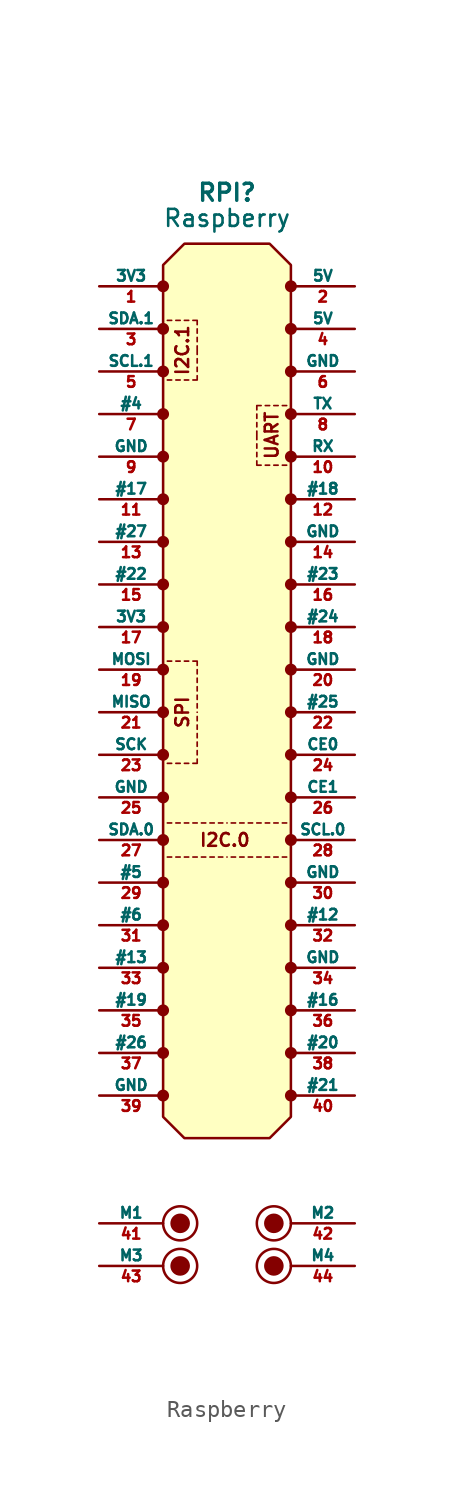
<source format=kicad_sym>
(kicad_symbol_lib
  (version 20220914)
  (generator kicad_symbol_editor)
  (symbol "Raspberry"
    (pin_names
      (offset 0))
    (property "Reference" "RPI"
      (at 0 29.718 0)
      (effects (font (size 1.016 1.016) bold)))
    (property "Value" "Raspberry"
      (at 0 28.194 0)
      (effects (font (size 1.016 1.016))))
    (symbol "Raspberry_0_0"
      (polyline (pts (xy -3.556 -9.906) (xy -3.302 -9.906)) (stroke (width 0.102) (type solid)) (fill (type none)))
      (polyline (pts (xy -3.556 -7.874) (xy -3.302 -7.874)) (stroke (width 0.102) (type solid)) (fill (type none)))
      (polyline (pts (xy -3.556 -4.318) (xy -3.302 -4.318)) (stroke (width 0.102) (type solid)) (fill (type none)))
      (polyline (pts (xy -3.556 1.778) (xy -3.302 1.778)) (stroke (width 0.102) (type solid)) (fill (type none)))
      (polyline (pts (xy -3.556 18.542) (xy -3.302 18.542)) (stroke (width 0.102) (type solid)) (fill (type none)))
      (polyline (pts (xy -3.556 22.098) (xy -3.302 22.098)) (stroke (width 0.102) (type solid)) (fill (type none)))
      (polyline (pts (xy -3.048 -9.906) (xy -2.794 -9.906)) (stroke (width 0.102) (type solid)) (fill (type none)))
      (polyline (pts (xy -3.048 -7.874) (xy -2.794 -7.874)) (stroke (width 0.102) (type solid)) (fill (type none)))
      (polyline (pts (xy -3.048 -4.318) (xy -2.794 -4.318)) (stroke (width 0.102) (type solid)) (fill (type none)))
      (polyline (pts (xy -3.048 1.778) (xy -2.794 1.778)) (stroke (width 0.102) (type solid)) (fill (type none)))
      (polyline (pts (xy -3.048 18.542) (xy -2.794 18.542)) (stroke (width 0.102) (type solid)) (fill (type none)))
      (polyline (pts (xy -3.048 22.098) (xy -2.794 22.098)) (stroke (width 0.102) (type solid)) (fill (type none)))
      (polyline (pts (xy -2.54 -9.906) (xy -2.286 -9.906)) (stroke (width 0.102) (type solid)) (fill (type none)))
      (polyline (pts (xy -2.54 -7.874) (xy -2.286 -7.874)) (stroke (width 0.102) (type solid)) (fill (type none)))
      (polyline (pts (xy -2.54 -4.318) (xy -2.286 -4.318)) (stroke (width 0.102) (type solid)) (fill (type none)))
      (polyline (pts (xy -2.54 1.778) (xy -2.286 1.778)) (stroke (width 0.102) (type solid)) (fill (type none)))
      (polyline (pts (xy -2.54 18.542) (xy -2.286 18.542)) (stroke (width 0.102) (type solid)) (fill (type none)))
      (polyline (pts (xy -2.54 22.098) (xy -2.286 22.098)) (stroke (width 0.102) (type solid)) (fill (type none)))
      (polyline (pts (xy -2.032 -9.906) (xy -1.778 -9.906)) (stroke (width 0.102) (type solid)) (fill (type none)))
      (polyline (pts (xy -2.032 -7.874) (xy -1.778 -7.874)) (stroke (width 0.102) (type solid)) (fill (type none)))
      (polyline (pts (xy -1.778 -3.556) (xy -1.778 -3.81)) (stroke (width 0.102) (type solid)) (fill (type none)))
      (polyline (pts (xy -1.778 -3.048) (xy -1.778 -3.302)) (stroke (width 0.102) (type solid)) (fill (type none)))
      (polyline (pts (xy -1.778 -2.54) (xy -1.778 -2.794)) (stroke (width 0.102) (type solid)) (fill (type none)))
      (polyline (pts (xy -1.778 -2.032) (xy -1.778 -2.286)) (stroke (width 0.102) (type solid)) (fill (type none)))
      (polyline (pts (xy -1.778 -1.524) (xy -1.778 -1.778)) (stroke (width 0.102) (type solid)) (fill (type none)))
      (polyline (pts (xy -1.778 -1.27) (xy -1.778 -1.27)) (stroke (width 0.102) (type solid)) (fill (type none)))
      (polyline (pts (xy -1.778 -0.762) (xy -1.778 -1.016)) (stroke (width 0.102) (type solid)) (fill (type none)))
      (polyline (pts (xy -1.778 -0.254) (xy -1.778 -0.508)) (stroke (width 0.102) (type solid)) (fill (type none)))
      (polyline (pts (xy -1.778 0.254) (xy -1.778 0)) (stroke (width 0.102) (type solid)) (fill (type none)))
      (polyline (pts (xy -1.778 0.762) (xy -1.778 0.508)) (stroke (width 0.102) (type solid)) (fill (type none)))
      (polyline (pts (xy -1.778 1.27) (xy -1.778 1.016)) (stroke (width 0.102) (type solid)) (fill (type none)))
      (polyline (pts (xy -1.778 19.05) (xy -1.778 19.304)) (stroke (width 0.102) (type solid)) (fill (type none)))
      (polyline (pts (xy -1.778 19.558) (xy -1.778 19.812)) (stroke (width 0.102) (type solid)) (fill (type none)))
      (polyline (pts (xy -1.778 20.574) (xy -1.778 20.066)) (stroke (width 0.102) (type solid)) (fill (type none)))
      (polyline (pts (xy -1.778 21.082) (xy -1.778 20.828)) (stroke (width 0.102) (type solid)) (fill (type none)))
      (polyline (pts (xy -1.778 21.59) (xy -1.778 21.336)) (stroke (width 0.102) (type solid)) (fill (type none)))
      (polyline (pts (xy -1.524 -9.906) (xy -1.27 -9.906)) (stroke (width 0.102) (type solid)) (fill (type none)))
      (polyline (pts (xy -1.524 -7.874) (xy -1.27 -7.874)) (stroke (width 0.102) (type solid)) (fill (type none)))
      (polyline (pts (xy -1.016 -9.906) (xy -0.762 -9.906)) (stroke (width 0.102) (type solid)) (fill (type none)))
      (polyline (pts (xy -1.016 -7.874) (xy -0.762 -7.874)) (stroke (width 0.102) (type solid)) (fill (type none)))
      (polyline (pts (xy -0.508 -9.906) (xy -0.254 -9.906)) (stroke (width 0.102) (type solid)) (fill (type none)))
      (polyline (pts (xy -0.508 -7.874) (xy -0.254 -7.874)) (stroke (width 0.102) (type solid)) (fill (type none)))
      (polyline (pts (xy 0 -9.906) (xy 0 -9.906)) (stroke (width 0.102) (type solid)) (fill (type none)))
      (polyline (pts (xy 0 -7.874) (xy 0 -7.874)) (stroke (width 0.102) (type solid)) (fill (type none)))
      (polyline (pts (xy 0.254 -9.906) (xy 0.508 -9.906)) (stroke (width 0.102) (type solid)) (fill (type none)))
      (polyline (pts (xy 0.254 -7.874) (xy 0.508 -7.874)) (stroke (width 0.102) (type solid)) (fill (type none)))
      (polyline (pts (xy 0.762 -9.906) (xy 1.016 -9.906)) (stroke (width 0.102) (type solid)) (fill (type none)))
      (polyline (pts (xy 0.762 -7.874) (xy 1.016 -7.874)) (stroke (width 0.102) (type solid)) (fill (type none)))
      (polyline (pts (xy 1.27 -9.906) (xy 1.524 -9.906)) (stroke (width 0.102) (type solid)) (fill (type none)))
      (polyline (pts (xy 1.27 -7.874) (xy 1.524 -7.874)) (stroke (width 0.102) (type solid)) (fill (type none)))
      (polyline (pts (xy 1.778 -9.906) (xy 2.032 -9.906)) (stroke (width 0.102) (type solid)) (fill (type none)))
      (polyline (pts (xy 1.778 -7.874) (xy 2.032 -7.874)) (stroke (width 0.102) (type solid)) (fill (type none)))
      (polyline (pts (xy 1.778 13.97) (xy 1.778 14.224)) (stroke (width 0.102) (type solid)) (fill (type none)))
      (polyline (pts (xy 1.778 14.478) (xy 1.778 14.732)) (stroke (width 0.102) (type solid)) (fill (type none)))
      (polyline (pts (xy 1.778 15.494) (xy 1.778 14.986)) (stroke (width 0.102) (type solid)) (fill (type none)))
      (polyline (pts (xy 1.778 16.002) (xy 1.778 15.748)) (stroke (width 0.102) (type solid)) (fill (type none)))
      (polyline (pts (xy 1.778 16.51) (xy 1.778 16.256)) (stroke (width 0.102) (type solid)) (fill (type none)))
      (polyline (pts (xy 2.286 -9.906) (xy 2.54 -9.906)) (stroke (width 0.102) (type solid)) (fill (type none)))
      (polyline (pts (xy 2.286 -7.874) (xy 2.54 -7.874)) (stroke (width 0.102) (type solid)) (fill (type none)))
      (polyline (pts (xy 2.54 13.462) (xy 2.286 13.462)) (stroke (width 0.102) (type solid)) (fill (type none)))
      (polyline (pts (xy 2.54 17.018) (xy 2.286 17.018)) (stroke (width 0.102) (type solid)) (fill (type none)))
      (polyline (pts (xy 2.794 -9.906) (xy 3.048 -9.906)) (stroke (width 0.102) (type solid)) (fill (type none)))
      (polyline (pts (xy 2.794 -7.874) (xy 3.048 -7.874)) (stroke (width 0.102) (type solid)) (fill (type none)))
      (polyline (pts (xy 3.048 13.462) (xy 2.794 13.462)) (stroke (width 0.102) (type solid)) (fill (type none)))
      (polyline (pts (xy 3.048 17.018) (xy 2.794 17.018)) (stroke (width 0.102) (type solid)) (fill (type none)))
      (polyline (pts (xy 3.302 -9.906) (xy 3.556 -9.906)) (stroke (width 0.102) (type solid)) (fill (type none)))
      (polyline (pts (xy 3.302 -7.874) (xy 3.556 -7.874)) (stroke (width 0.102) (type solid)) (fill (type none)))
      (polyline (pts (xy 3.556 13.462) (xy 3.302 13.462)) (stroke (width 0.102) (type solid)) (fill (type none)))
      (polyline (pts (xy 3.556 17.018) (xy 3.302 17.018)) (stroke (width 0.102) (type solid)) (fill (type none)))
      (polyline (pts (xy -2.032 -4.318) (xy -1.778 -4.318) (xy -1.778 -4.064)) (stroke (width 0.102) (type solid)) (fill (type none)))
      (polyline (pts (xy -2.032 1.778) (xy -1.778 1.778) (xy -1.778 1.524)) (stroke (width 0.102) (type solid)) (fill (type none)))
      (polyline (pts (xy -2.032 18.542) (xy -1.778 18.542) (xy -1.778 18.796)) (stroke (width 0.102) (type solid)) (fill (type none)))
      (polyline (pts (xy -2.032 22.098) (xy -1.778 22.098) (xy -1.778 21.844)) (stroke (width 0.102) (type solid)) (fill (type none)))
      (polyline (pts (xy 2.032 13.462) (xy 1.778 13.462) (xy 1.778 13.716)) (stroke (width 0.102) (type solid)) (fill (type none)))
      (polyline (pts (xy 2.032 17.018) (xy 1.778 17.018) (xy 1.778 16.764)) (stroke (width 0.102) (type solid)) (fill (type none)))
      (text "I2C.1" (at -2.667 20.32 900) (effects (font (size 0.762 0.762))))
      (text "SPI" (at -2.667 -1.27 900) (effects (font (size 0.762 0.762))))
      (text "UART" (at 2.667 15.24 900) (effects (font (size 0.762 0.762)))))
    (symbol "Raspberry_0_1"
      (circle (center -3.81 -24.13) (radius 0.279) (stroke (width 0) (type solid)) (fill (type outline)))
      (circle (center -3.81 -21.59) (radius 0.279) (stroke (width 0) (type solid)) (fill (type outline)))
      (circle (center -3.81 -19.05) (radius 0.279) (stroke (width 0) (type solid)) (fill (type outline)))
      (circle (center -3.81 -16.51) (radius 0.279) (stroke (width 0) (type solid)) (fill (type outline)))
      (circle (center -3.81 -13.97) (radius 0.279) (stroke (width 0) (type solid)) (fill (type outline)))
      (circle (center -3.81 -11.43) (radius 0.279) (stroke (width 0) (type solid)) (fill (type outline)))
      (circle (center -3.81 -8.89) (radius 0.279) (stroke (width 0) (type solid)) (fill (type outline)))
      (circle (center -3.81 -6.35) (radius 0.279) (stroke (width 0) (type solid)) (fill (type outline)))
      (circle (center -3.81 -3.81) (radius 0.279) (stroke (width 0) (type solid)) (fill (type outline)))
      (circle (center -3.81 -1.27) (radius 0.279) (stroke (width 0) (type solid)) (fill (type outline)))
      (circle (center -3.81 1.27) (radius 0.279) (stroke (width 0) (type solid)) (fill (type outline)))
      (circle (center -3.81 3.81) (radius 0.279) (stroke (width 0) (type solid)) (fill (type outline)))
      (circle (center -3.81 6.35) (radius 0.279) (stroke (width 0) (type solid)) (fill (type outline)))
      (circle (center -3.81 8.89) (radius 0.279) (stroke (width 0) (type solid)) (fill (type outline)))
      (circle (center -3.81 11.43) (radius 0.279) (stroke (width 0) (type solid)) (fill (type outline)))
      (circle (center -3.81 13.97) (radius 0.279) (stroke (width 0) (type solid)) (fill (type outline)))
      (circle (center -3.81 16.51) (radius 0.279) (stroke (width 0) (type solid)) (fill (type outline)))
      (circle (center -3.81 19.05) (radius 0.279) (stroke (width 0) (type solid)) (fill (type outline)))
      (circle (center -3.81 21.59) (radius 0.279) (stroke (width 0) (type solid)) (fill (type outline)))
      (circle (center -3.81 24.13) (radius 0.279) (stroke (width 0) (type solid)) (fill (type outline)))
      (circle (center -2.794 -34.29) (radius 0.508) (stroke (width 0) (type solid)) (fill (type outline)))
      (circle (center -2.794 -34.29) (radius 1.016) (stroke (width 0) (type solid)) (fill (type none)))
      (circle (center -2.794 -31.75) (radius 0.508) (stroke (width 0) (type solid)) (fill (type outline)))
      (circle (center -2.794 -31.75) (radius 1.016) (stroke (width 0) (type solid)) (fill (type none)))
      (polyline (pts (xy -3.81 -25.4) (xy -2.54 -26.67) (xy 2.54 -26.67) (xy 3.81 -25.4) (xy 3.81 25.4) (xy 2.54 26.67) (xy -2.54 26.67) (xy -3.81 25.4) (xy -3.81 -25.4)) (stroke (width 0) (type solid)) (fill (type background)))
      (circle (center 2.794 -34.29) (radius 0.508) (stroke (width 0) (type solid)) (fill (type outline)))
      (circle (center 2.794 -34.29) (radius 1.016) (stroke (width 0) (type solid)) (fill (type none)))
      (circle (center 2.794 -31.75) (radius 0.508) (stroke (width 0) (type solid)) (fill (type outline)))
      (circle (center 2.794 -31.75) (radius 1.016) (stroke (width 0) (type solid)) (fill (type none)))
      (circle (center 3.81 -24.13) (radius 0.279) (stroke (width 0) (type solid)) (fill (type outline)))
      (circle (center 3.81 -21.59) (radius 0.279) (stroke (width 0) (type solid)) (fill (type outline)))
      (circle (center 3.81 -19.05) (radius 0.279) (stroke (width 0) (type solid)) (fill (type outline)))
      (circle (center 3.81 -16.51) (radius 0.279) (stroke (width 0) (type solid)) (fill (type outline)))
      (circle (center 3.81 -13.97) (radius 0.279) (stroke (width 0) (type solid)) (fill (type outline)))
      (circle (center 3.81 -11.43) (radius 0.279) (stroke (width 0) (type solid)) (fill (type outline)))
      (circle (center 3.81 -8.89) (radius 0.279) (stroke (width 0) (type solid)) (fill (type outline)))
      (circle (center 3.81 -6.35) (radius 0.279) (stroke (width 0) (type solid)) (fill (type outline)))
      (circle (center 3.81 -3.81) (radius 0.279) (stroke (width 0) (type solid)) (fill (type outline)))
      (circle (center 3.81 -1.27) (radius 0.279) (stroke (width 0) (type solid)) (fill (type outline)))
      (circle (center 3.81 1.27) (radius 0.279) (stroke (width 0) (type solid)) (fill (type outline)))
      (circle (center 3.81 3.81) (radius 0.279) (stroke (width 0) (type solid)) (fill (type outline)))
      (circle (center 3.81 6.35) (radius 0.279) (stroke (width 0) (type solid)) (fill (type outline)))
      (circle (center 3.81 8.89) (radius 0.279) (stroke (width 0) (type solid)) (fill (type outline)))
      (circle (center 3.81 11.43) (radius 0.279) (stroke (width 0) (type solid)) (fill (type outline)))
      (circle (center 3.81 13.97) (radius 0.279) (stroke (width 0) (type solid)) (fill (type outline)))
      (circle (center 3.81 16.51) (radius 0.279) (stroke (width 0) (type solid)) (fill (type outline)))
      (circle (center 3.81 19.05) (radius 0.279) (stroke (width 0) (type solid)) (fill (type outline)))
      (circle (center 3.81 21.59) (radius 0.279) (stroke (width 0) (type solid)) (fill (type outline)))
      (circle (center 3.81 24.13) (radius 0.279) (stroke (width 0) (type solid)) (fill (type outline))))
    (symbol "Raspberry_1_0"
      (text "I2C.0" (at -0.127 -8.89 0) (effects (font (size 0.762 0.762)))))
    (symbol "Raspberry_1_1"
      (pin passive line (at -7.62 24.13 0) (length 3.81) (name "3V3" (effects (font (size 0.635 0.635)))) (number "1" (effects (font (size 0.635 0.635)))))
      (pin passive line (at 7.62 13.97 180) (length 3.81) (name "RX" (effects (font (size 0.635 0.635)))) (number "10" (effects (font (size 0.635 0.635)))))
      (pin passive line (at -7.62 11.43 0) (length 3.81) (name "#17" (effects (font (size 0.635 0.635)))) (number "11" (effects (font (size 0.635 0.635)))))
      (pin passive line (at 7.62 11.43 180) (length 3.81) (name "#18" (effects (font (size 0.635 0.635)))) (number "12" (effects (font (size 0.635 0.635)))))
      (pin passive line (at -7.62 8.89 0) (length 3.81) (name "#27" (effects (font (size 0.635 0.635)))) (number "13" (effects (font (size 0.635 0.635)))))
      (pin passive line (at 7.62 8.89 180) (length 3.81) (name "GND" (effects (font (size 0.635 0.635)))) (number "14" (effects (font (size 0.635 0.635)))))
      (pin passive line (at -7.62 6.35 0) (length 3.81) (name "#22" (effects (font (size 0.635 0.635)))) (number "15" (effects (font (size 0.635 0.635)))))
      (pin passive line (at 7.62 6.35 180) (length 3.81) (name "#23" (effects (font (size 0.635 0.635)))) (number "16" (effects (font (size 0.635 0.635)))))
      (pin passive line (at -7.62 3.81 0) (length 3.81) (name "3V3" (effects (font (size 0.635 0.635)))) (number "17" (effects (font (size 0.635 0.635)))))
      (pin passive line (at 7.62 3.81 180) (length 3.81) (name "#24" (effects (font (size 0.635 0.635)))) (number "18" (effects (font (size 0.635 0.635)))))
      (pin passive line (at -7.62 1.27 0) (length 3.81) (name "MOSI" (effects (font (size 0.635 0.635)))) (number "19" (effects (font (size 0.635 0.635)))))
      (pin passive line (at 7.62 24.13 180) (length 3.81) (name "5V" (effects (font (size 0.635 0.635)))) (number "2" (effects (font (size 0.635 0.635)))))
      (pin passive line (at 7.62 1.27 180) (length 3.81) (name "GND" (effects (font (size 0.635 0.635)))) (number "20" (effects (font (size 0.635 0.635)))))
      (pin passive line (at -7.62 -1.27 0) (length 3.81) (name "MISO" (effects (font (size 0.635 0.635)))) (number "21" (effects (font (size 0.635 0.635)))))
      (pin passive line (at 7.62 -1.27 180) (length 3.81) (name "#25" (effects (font (size 0.635 0.635)))) (number "22" (effects (font (size 0.635 0.635)))))
      (pin passive line (at -7.62 -3.81 0) (length 3.81) (name "SCK" (effects (font (size 0.635 0.635)))) (number "23" (effects (font (size 0.635 0.635)))))
      (pin passive line (at 7.62 -3.81 180) (length 3.81) (name "CE0" (effects (font (size 0.635 0.635)))) (number "24" (effects (font (size 0.635 0.635)))))
      (pin passive line (at -7.62 -6.35 0) (length 3.81) (name "GND" (effects (font (size 0.635 0.635)))) (number "25" (effects (font (size 0.635 0.635)))))
      (pin passive line (at 7.62 -6.35 180) (length 3.81) (name "CE1" (effects (font (size 0.635 0.635)))) (number "26" (effects (font (size 0.635 0.635)))))
      (pin passive line (at -7.62 -8.89 0) (length 3.81) (name "SDA.0" (effects (font (size 0.635 0.635)))) (number "27" (effects (font (size 0.635 0.635)))))
      (pin passive line (at 7.62 -8.89 180) (length 3.81) (name "SCL.0" (effects (font (size 0.635 0.635)))) (number "28" (effects (font (size 0.635 0.635)))))
      (pin passive line (at -7.62 -11.43 0) (length 3.81) (name "#5" (effects (font (size 0.635 0.635)))) (number "29" (effects (font (size 0.635 0.635)))))
      (pin passive line (at -7.62 21.59 0) (length 3.81) (name "SDA.1" (effects (font (size 0.635 0.635)))) (number "3" (effects (font (size 0.635 0.635)))))
      (pin passive line (at 7.62 -11.43 180) (length 3.81) (name "GND" (effects (font (size 0.635 0.635)))) (number "30" (effects (font (size 0.635 0.635)))))
      (pin passive line (at -7.62 -13.97 0) (length 3.81) (name "#6" (effects (font (size 0.635 0.635)))) (number "31" (effects (font (size 0.635 0.635)))))
      (pin passive line (at 7.62 -13.97 180) (length 3.81) (name "#12" (effects (font (size 0.635 0.635)))) (number "32" (effects (font (size 0.635 0.635)))))
      (pin passive line (at -7.62 -16.51 0) (length 3.81) (name "#13" (effects (font (size 0.635 0.635)))) (number "33" (effects (font (size 0.635 0.635)))))
      (pin passive line (at 7.62 -16.51 180) (length 3.81) (name "GND" (effects (font (size 0.635 0.635)))) (number "34" (effects (font (size 0.635 0.635)))))
      (pin passive line (at -7.62 -19.05 0) (length 3.81) (name "#19" (effects (font (size 0.635 0.635)))) (number "35" (effects (font (size 0.635 0.635)))))
      (pin passive line (at 7.62 -19.05 180) (length 3.81) (name "#16" (effects (font (size 0.635 0.635)))) (number "36" (effects (font (size 0.635 0.635)))))
      (pin passive line (at -7.62 -21.59 0) (length 3.81) (name "#26" (effects (font (size 0.635 0.635)))) (number "37" (effects (font (size 0.635 0.635)))))
      (pin passive line (at 7.62 -21.59 180) (length 3.81) (name "#20" (effects (font (size 0.635 0.635)))) (number "38" (effects (font (size 0.635 0.635)))))
      (pin passive line (at -7.62 -24.13 0) (length 3.81) (name "GND" (effects (font (size 0.635 0.635)))) (number "39" (effects (font (size 0.635 0.635)))))
      (pin passive line (at 7.62 21.59 180) (length 3.81) (name "5V" (effects (font (size 0.635 0.635)))) (number "4" (effects (font (size 0.635 0.635)))))
      (pin passive line (at 7.62 -24.13 180) (length 3.81) (name "#21" (effects (font (size 0.635 0.635)))) (number "40" (effects (font (size 0.635 0.635)))))
      (pin passive line (at -7.62 -31.75 0) (length 3.81) (name "M1" (effects (font (size 0.635 0.635)))) (number "41" (effects (font (size 0.635 0.635)))))
      (pin passive line (at 7.62 -31.75 180) (length 3.81) (name "M2" (effects (font (size 0.635 0.635)))) (number "42" (effects (font (size 0.635 0.635)))))
      (pin passive line (at -7.62 -34.29 0) (length 3.81) (name "M3" (effects (font (size 0.635 0.635)))) (number "43" (effects (font (size 0.635 0.635)))))
      (pin passive line (at 7.62 -34.29 180) (length 3.81) (name "M4" (effects (font (size 0.635 0.635)))) (number "44" (effects (font (size 0.635 0.635)))))
      (pin passive line (at -7.62 19.05 0) (length 3.81) (name "SCL.1" (effects (font (size 0.635 0.635)))) (number "5" (effects (font (size 0.635 0.635)))))
      (pin passive line (at 7.62 19.05 180) (length 3.81) (name "GND" (effects (font (size 0.635 0.635)))) (number "6" (effects (font (size 0.635 0.635)))))
      (pin passive line (at -7.62 16.51 0) (length 3.81) (name "#4" (effects (font (size 0.635 0.635)))) (number "7" (effects (font (size 0.635 0.635)))))
      (pin passive line (at 7.62 16.51 180) (length 3.81) (name "TX" (effects (font (size 0.635 0.635)))) (number "8" (effects (font (size 0.635 0.635)))))
      (pin passive line (at -7.62 13.97 0) (length 3.81) (name "GND" (effects (font (size 0.635 0.635)))) (number "9" (effects (font (size 0.635 0.635))))))))
</source>
